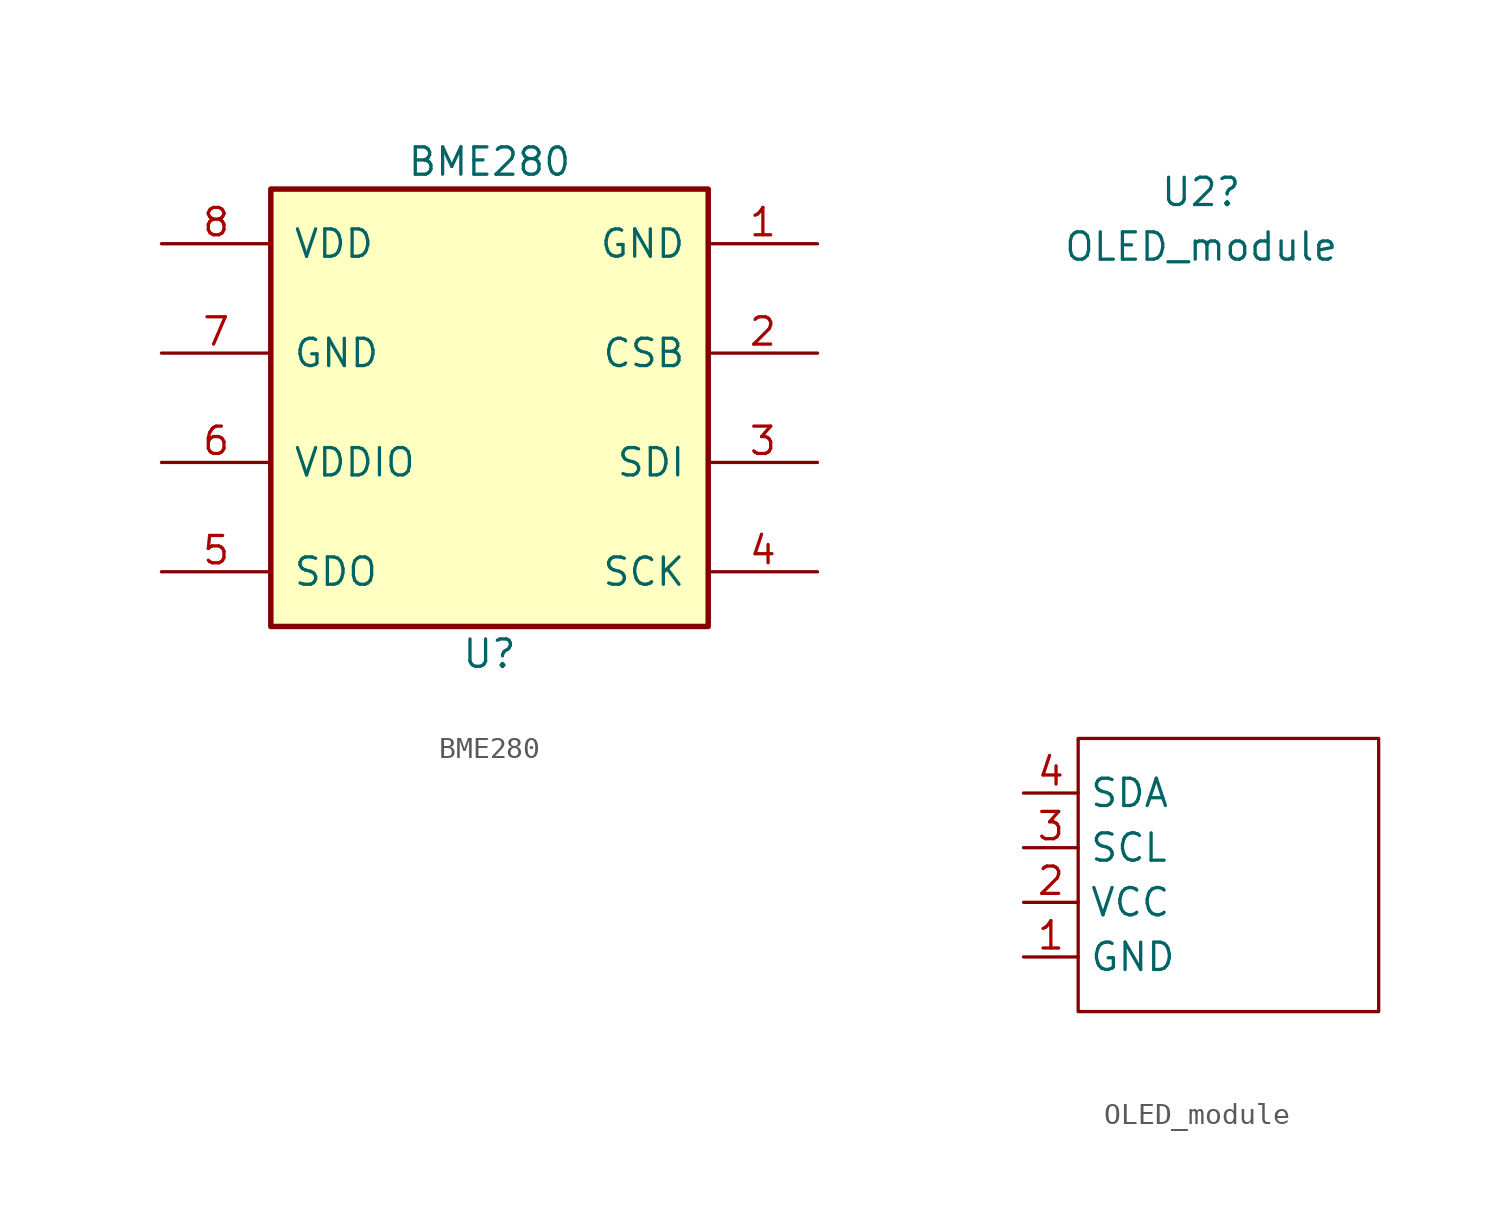
<source format=kicad_sym>
(kicad_symbol_lib
  (version 20220914)
  (generator kicad_symbol_editor)
  (symbol "BME280"
    (pin_names
      (offset 1.016))
    (property "Reference" "U"
      (at 0 -22.86 0)
      (effects (font (size 1.27 1.27))))
    (property "Value" "BME280"
      (at 0 0 0)
      (effects (font (size 1.27 1.27))))
    (symbol "BME280_1_1"
      (rectangle (start -10.16 -1.27) (end 10.16 -21.59) (stroke (width 0.254) (type default)) (fill (type background)))
      (pin power_in line (at 15.24 -3.81 180) (length 5.08) (name "GND" (effects (font (size 1.27 1.27)))) (number "1" (effects (font (size 1.27 1.27)))))
      (pin input line (at 15.24 -8.89 180) (length 5.08) (name "CSB" (effects (font (size 1.27 1.27)))) (number "2" (effects (font (size 1.27 1.27)))))
      (pin bidirectional line (at 15.24 -13.97 180) (length 5.08) (name "SDI" (effects (font (size 1.27 1.27)))) (number "3" (effects (font (size 1.27 1.27)))))
      (pin input line (at 15.24 -19.05 180) (length 5.08) (name "SCK" (effects (font (size 1.27 1.27)))) (number "4" (effects (font (size 1.27 1.27)))))
      (pin bidirectional line (at -15.24 -19.05 0) (length 5.08) (name "SDO" (effects (font (size 1.27 1.27)))) (number "5" (effects (font (size 1.27 1.27)))))
      (pin power_in line (at -15.24 -13.97 0) (length 5.08) (name "VDDIO" (effects (font (size 1.27 1.27)))) (number "6" (effects (font (size 1.27 1.27)))))
      (pin power_in line (at -15.24 -8.89 0) (length 5.08) (name "GND" (effects (font (size 1.27 1.27)))) (number "7" (effects (font (size 1.27 1.27)))))
      (pin power_in line (at -15.24 -3.81 0) (length 5.08) (name "VDD" (effects (font (size 1.27 1.27)))) (number "8" (effects (font (size 1.27 1.27)))))))
  (symbol "OLED_module"
    (property "Reference" "U2"
      (at -0.635 21.59 0)
      (effects (font (size 1.27 1.27))))
    (property "Value" "OLED_module"
      (at -0.635 19.05 0)
      (effects (font (size 1.27 1.27))))
    (symbol "OLED_module_0_1"
      (rectangle (start -6.35 -3.81) (end 7.62 -16.51) (stroke (width 0) (type default)) (fill (type none))))
    (symbol "OLED_module_1_1"
      (pin passive line (at -8.89 -13.97 0) (length 2.54) (name "GND" (effects (font (size 1.27 1.27)))) (number "1" (effects (font (size 1.27 1.27)))))
      (pin power_in line (at -8.89 -11.43 0) (length 2.54) (name "VCC" (effects (font (size 1.27 1.27)))) (number "2" (effects (font (size 1.27 1.27)))))
      (pin input line (at -8.89 -8.89 0) (length 2.54) (name "SCL" (effects (font (size 1.27 1.27)))) (number "3" (effects (font (size 1.27 1.27)))))
      (pin bidirectional line (at -8.89 -6.35 0) (length 2.54) (name "SDA" (effects (font (size 1.27 1.27)))) (number "4" (effects (font (size 1.27 1.27))))))))
</source>
